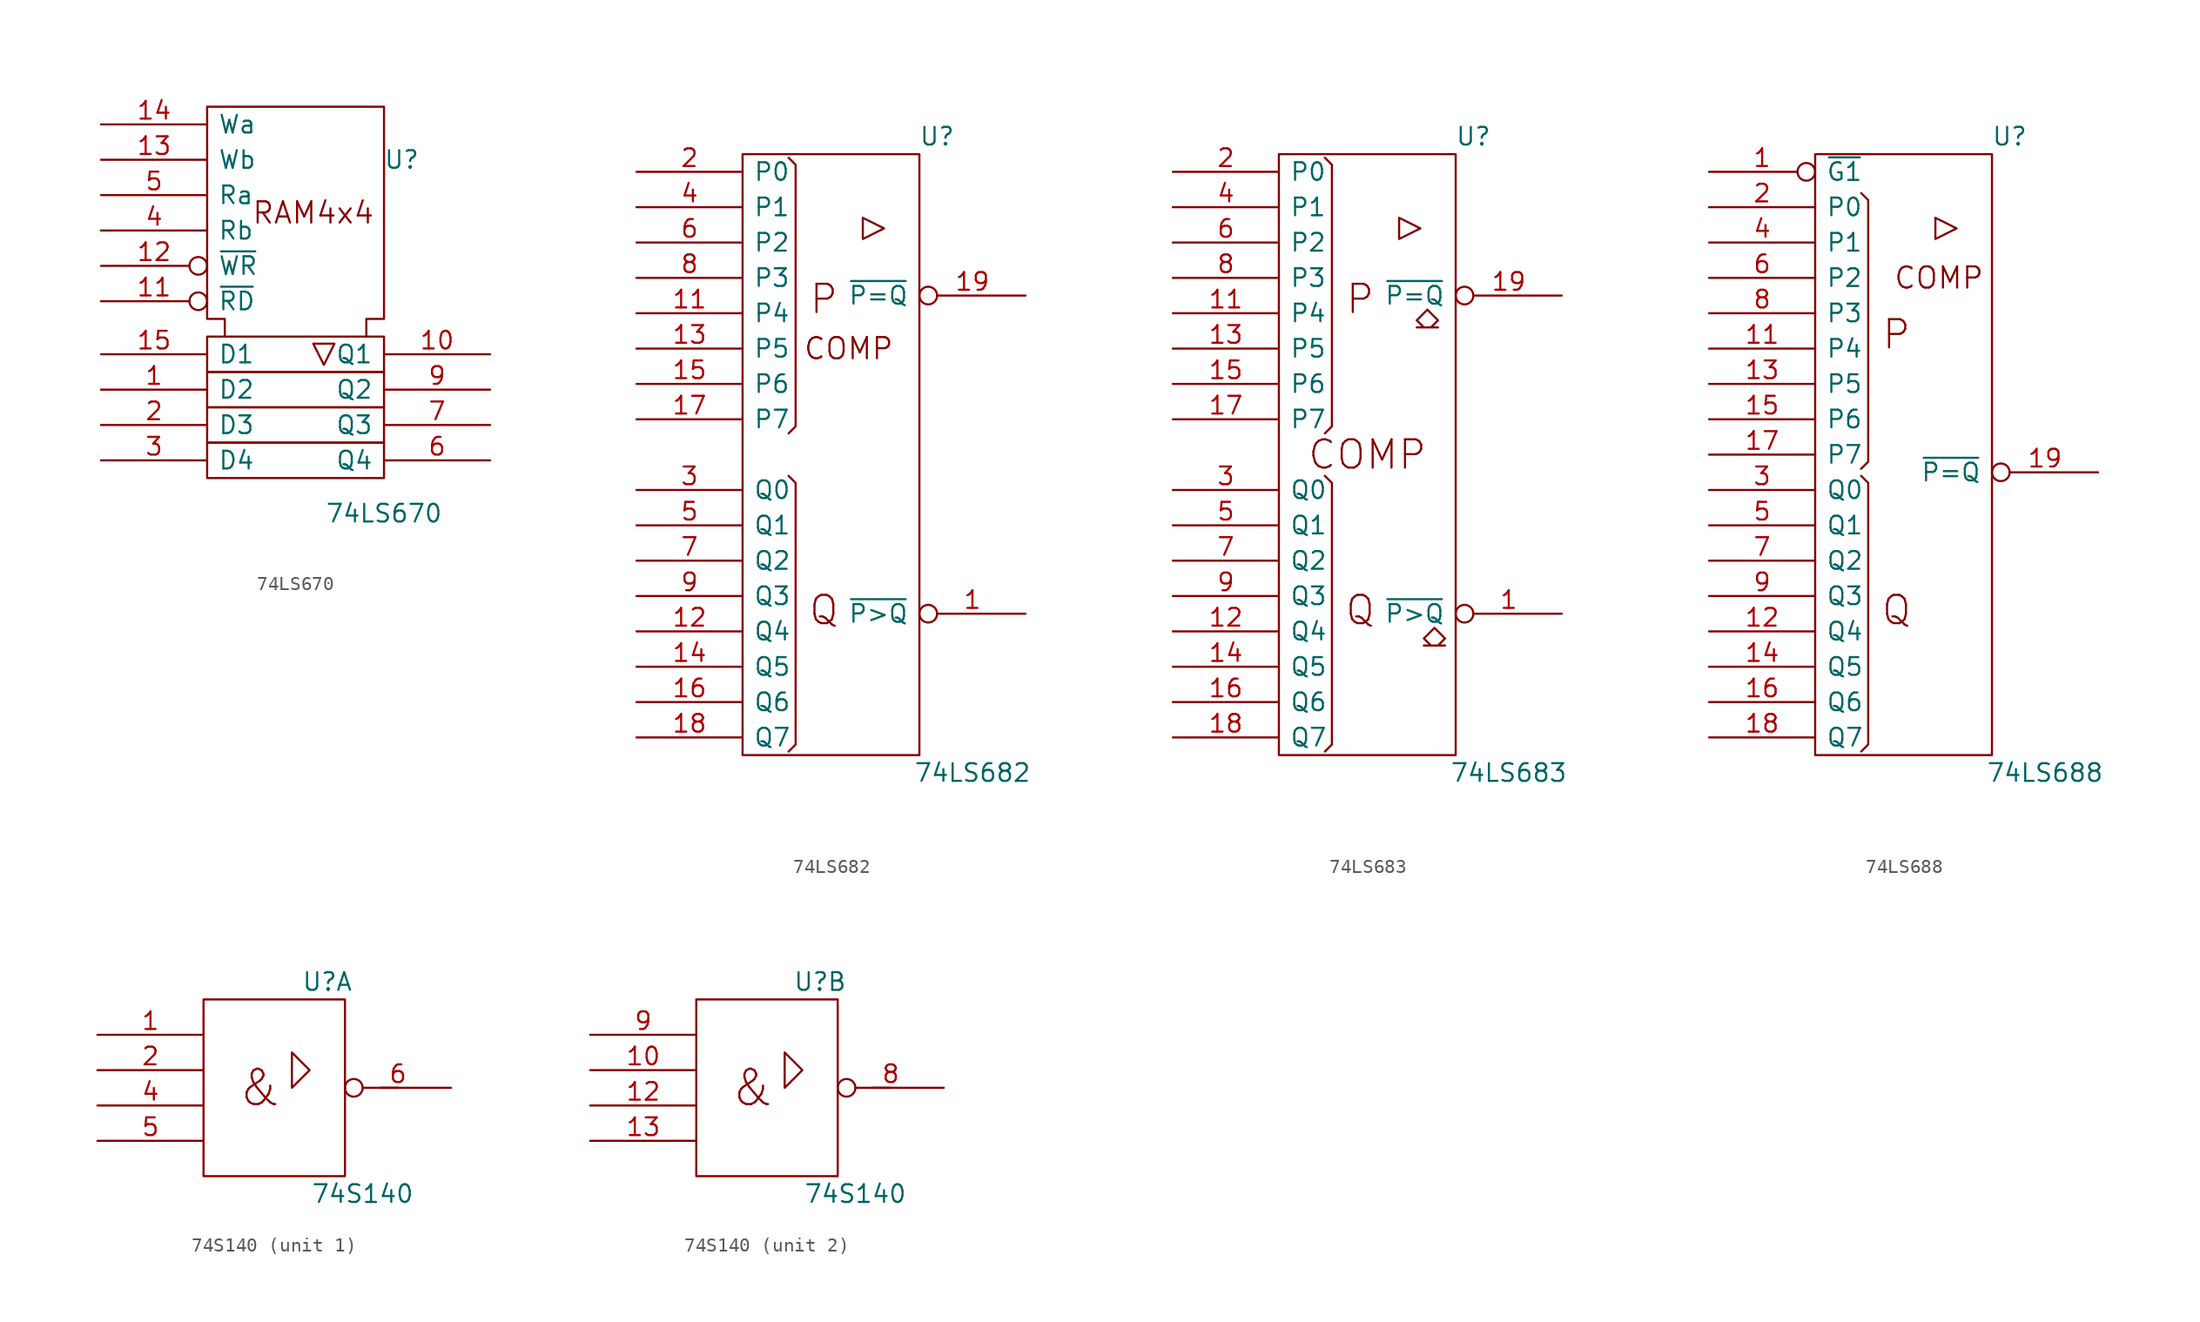
<source format=kicad_sym>
(kicad_symbol_lib
  (version 20201005)
  (generator kicad_symbol_editor)
  (symbol "74LS670"
    (pin_names
      (offset 0.762))
    (property "Reference" "U"
      (at 7.62 10.16 0)
      (effects (font (size 1.27 1.27))))
    (property "Value" "74LS670"
      (at 6.35 -15.24 0)
      (effects (font (size 1.27 1.27))))
    (symbol "74LS670_0_0"
      (text "RAM4x4" (at 1.27 6.35 0) (effects (font (size 1.524 1.524))))
      (rectangle (start -6.35 -10.16) (end 6.35 -12.7) (stroke (width 0)) (fill (type none)))
      (rectangle (start -6.35 -7.62) (end 6.35 -10.16) (stroke (width 0)) (fill (type none)))
      (rectangle (start -6.35 -5.08) (end 6.35 -7.62) (stroke (width 0)) (fill (type none)))
      (polyline (pts (xy -5.08 -2.54) (xy -5.08 -1.27) (xy -6.35 -1.27) (xy -6.35 13.97) (xy 6.35 13.97) (xy 6.35 -1.27) (xy 5.08 -1.27) (xy 5.08 -2.54) (xy 5.08 -2.54)) (stroke (width 0)) (fill (type none)))
      (polyline (pts (xy 2.794 -3.048) (xy 1.27 -3.048) (xy 2.032 -4.572) (xy 2.794 -3.048) (xy 2.794 -3.048)) (stroke (width 0)) (fill (type none)))
      (pin power_in line (at 0 13.97 270) (length 0) hide (name "GND" (effects (font (size 1.27 1.27)))) (number "8" (effects (font (size 1.27 1.27)))))
      (pin power_in line (at 3.81 13.97 270) (length 0) hide (name "VCC" (effects (font (size 1.27 1.27)))) (number "16" (effects (font (size 1.27 1.27))))))
    (symbol "74LS670_0_1"
      (rectangle (start -6.35 -2.54) (end 6.35 -5.08) (stroke (width 0)) (fill (type none))))
    (symbol "74LS670_1_1"
      (pin tri_state line (at 13.97 -11.43 180) (length 7.62) (name "Q4" (effects (font (size 1.27 1.27)))) (number "6" (effects (font (size 1.27 1.27)))))
      (pin tri_state line (at 13.97 -8.89 180) (length 7.62) (name "Q3" (effects (font (size 1.27 1.27)))) (number "7" (effects (font (size 1.27 1.27)))))
      (pin tri_state line (at 13.97 -6.35 180) (length 7.62) (name "Q2" (effects (font (size 1.27 1.27)))) (number "9" (effects (font (size 1.27 1.27)))))
      (pin tri_state line (at 13.97 -3.81 180) (length 7.62) (name "Q1" (effects (font (size 1.27 1.27)))) (number "10" (effects (font (size 1.27 1.27)))))
      (pin input line (at -13.97 -11.43 0) (length 7.62) (name "D4" (effects (font (size 1.27 1.27)))) (number "3" (effects (font (size 1.27 1.27)))))
      (pin input line (at -13.97 -8.89 0) (length 7.62) (name "D3" (effects (font (size 1.27 1.27)))) (number "2" (effects (font (size 1.27 1.27)))))
      (pin input line (at -13.97 -6.35 0) (length 7.62) (name "D2" (effects (font (size 1.27 1.27)))) (number "1" (effects (font (size 1.27 1.27)))))
      (pin input line (at -13.97 -3.81 0) (length 7.62) (name "D1" (effects (font (size 1.27 1.27)))) (number "15" (effects (font (size 1.27 1.27)))))
      (pin input inverted (at -13.97 0 0) (length 7.62) (name "~RD" (effects (font (size 1.27 1.27)))) (number "11" (effects (font (size 1.27 1.27)))))
      (pin input inverted (at -13.97 2.54 0) (length 7.62) (name "~WR" (effects (font (size 1.27 1.27)))) (number "12" (effects (font (size 1.27 1.27)))))
      (pin input line (at -13.97 5.08 0) (length 7.62) (name "Rb" (effects (font (size 1.27 1.27)))) (number "4" (effects (font (size 1.27 1.27)))))
      (pin input line (at -13.97 7.62 0) (length 7.62) (name "Ra" (effects (font (size 1.27 1.27)))) (number "5" (effects (font (size 1.27 1.27)))))
      (pin input line (at -13.97 10.16 0) (length 7.62) (name "Wb" (effects (font (size 1.27 1.27)))) (number "13" (effects (font (size 1.27 1.27)))))
      (pin input line (at -13.97 12.7 0) (length 7.62) (name "Wa" (effects (font (size 1.27 1.27)))) (number "14" (effects (font (size 1.27 1.27)))))))
  (symbol "74LS682"
    (pin_names
      (offset 0.762))
    (property "Reference" "U"
      (at 7.62 22.86 0)
      (effects (font (size 1.27 1.27))))
    (property "Value" "74LS682"
      (at 10.16 -22.86 0)
      (effects (font (size 1.27 1.27))))
    (symbol "74LS682_0_0"
      (text "P" (at -0.508 11.176 0) (effects (font (size 2.032 2.032))))
      (text "Q" (at -0.508 -11.176 0) (effects (font (size 2.032 2.032))))
      (text "COMP" (at 1.27 7.62 0) (effects (font (size 1.524 1.524))))
      (polyline (pts (xy 2.286 17.018) (xy 2.286 15.494) (xy 3.81 16.256) (xy 2.286 17.018) (xy 2.286 17.018)) (stroke (width 0)) (fill (type none))))
    (symbol "74LS682_0_1"
      (rectangle (start -6.35 21.59) (end 6.35 -21.59) (stroke (width 0)) (fill (type none)))
      (polyline (pts (xy -3.048 -1.524) (xy -2.54 -2.032) (xy -2.54 -20.828) (xy -3.048 -21.336) (xy -3.048 -21.336)) (stroke (width 0)) (fill (type none)))
      (polyline (pts (xy -3.048 21.336) (xy -2.54 20.828) (xy -2.54 2.032) (xy -3.048 1.524) (xy -3.048 1.524)) (stroke (width 0)) (fill (type none)))
      (pin power_in line (at 0 -21.59 90) (length 0) hide (name "Gnd" (effects (font (size 1.27 1.27)))) (number "10" (effects (font (size 1.27 1.27))))))
    (symbol "74LS682_1_1"
      (pin power_in line (at 0 21.59 270) (length 0) hide (name "Vcc" (effects (font (size 1.27 1.27)))) (number "20" (effects (font (size 1.27 1.27)))))
      (pin output inverted (at 13.97 -11.43 180) (length 7.62) (name "~P>Q" (effects (font (size 1.27 1.27)))) (number "1" (effects (font (size 1.27 1.27)))))
      (pin output inverted (at 13.97 11.43 180) (length 7.62) (name "~P=Q" (effects (font (size 1.27 1.27)))) (number "19" (effects (font (size 1.27 1.27)))))
      (pin input line (at -13.97 -20.32 0) (length 7.62) (name "Q7" (effects (font (size 1.27 1.27)))) (number "18" (effects (font (size 1.27 1.27)))))
      (pin input line (at -13.97 -17.78 0) (length 7.62) (name "Q6" (effects (font (size 1.27 1.27)))) (number "16" (effects (font (size 1.27 1.27)))))
      (pin input line (at -13.97 -15.24 0) (length 7.62) (name "Q5" (effects (font (size 1.27 1.27)))) (number "14" (effects (font (size 1.27 1.27)))))
      (pin input line (at -13.97 -12.7 0) (length 7.62) (name "Q4" (effects (font (size 1.27 1.27)))) (number "12" (effects (font (size 1.27 1.27)))))
      (pin input line (at -13.97 -10.16 0) (length 7.62) (name "Q3" (effects (font (size 1.27 1.27)))) (number "9" (effects (font (size 1.27 1.27)))))
      (pin input line (at -13.97 -7.62 0) (length 7.62) (name "Q2" (effects (font (size 1.27 1.27)))) (number "7" (effects (font (size 1.27 1.27)))))
      (pin input line (at -13.97 -5.08 0) (length 7.62) (name "Q1" (effects (font (size 1.27 1.27)))) (number "5" (effects (font (size 1.27 1.27)))))
      (pin input line (at -13.97 -2.54 0) (length 7.62) (name "Q0" (effects (font (size 1.27 1.27)))) (number "3" (effects (font (size 1.27 1.27)))))
      (pin input line (at -13.97 2.54 0) (length 7.62) (name "P7" (effects (font (size 1.27 1.27)))) (number "17" (effects (font (size 1.27 1.27)))))
      (pin input line (at -13.97 5.08 0) (length 7.62) (name "P6" (effects (font (size 1.27 1.27)))) (number "15" (effects (font (size 1.27 1.27)))))
      (pin input line (at -13.97 7.62 0) (length 7.62) (name "P5" (effects (font (size 1.27 1.27)))) (number "13" (effects (font (size 1.27 1.27)))))
      (pin input line (at -13.97 10.16 0) (length 7.62) (name "P4" (effects (font (size 1.27 1.27)))) (number "11" (effects (font (size 1.27 1.27)))))
      (pin input line (at -13.97 12.7 0) (length 7.62) (name "P3" (effects (font (size 1.27 1.27)))) (number "8" (effects (font (size 1.27 1.27)))))
      (pin input line (at -13.97 15.24 0) (length 7.62) (name "P2" (effects (font (size 1.27 1.27)))) (number "6" (effects (font (size 1.27 1.27)))))
      (pin input line (at -13.97 17.78 0) (length 7.62) (name "P1" (effects (font (size 1.27 1.27)))) (number "4" (effects (font (size 1.27 1.27)))))
      (pin input line (at -13.97 20.32 0) (length 7.62) (name "P0" (effects (font (size 1.27 1.27)))) (number "2" (effects (font (size 1.27 1.27)))))))
  (symbol "74LS683"
    (pin_names
      (offset 0.762))
    (property "Reference" "U"
      (at 7.62 22.86 0)
      (effects (font (size 1.27 1.27))))
    (property "Value" "74LS683"
      (at 10.16 -22.86 0)
      (effects (font (size 1.27 1.27))))
    (symbol "74LS683_0_0"
      (text "Q" (at -0.508 -11.176 0) (effects (font (size 2.032 2.032))))
      (text "P" (at -0.508 11.176 0) (effects (font (size 2.032 2.032))))
      (text "COMP" (at 0 0 0) (effects (font (size 2.032 2.032))))
      (polyline (pts (xy 4.826 -12.446) (xy 5.588 -13.208) (xy 5.08 -13.716) (xy 5.588 -13.716) (xy 4.064 -13.716) (xy 4.572 -13.716) (xy 4.064 -13.208) (xy 4.826 -12.446) (xy 4.826 -12.446)) (stroke (width 0)) (fill (type none)))
      (polyline (pts (xy 4.318 10.414) (xy 5.08 9.652) (xy 4.572 9.144) (xy 5.08 9.144) (xy 3.556 9.144) (xy 4.064 9.144) (xy 3.556 9.652) (xy 4.318 10.414) (xy 4.318 10.414)) (stroke (width 0)) (fill (type none)))
      (polyline (pts (xy 2.286 17.018) (xy 2.286 15.494) (xy 3.81 16.256) (xy 2.286 17.018) (xy 2.286 17.018)) (stroke (width 0)) (fill (type none))))
    (symbol "74LS683_0_1"
      (rectangle (start -6.35 21.59) (end 6.35 -21.59) (stroke (width 0)) (fill (type none)))
      (polyline (pts (xy -3.048 -1.524) (xy -2.54 -2.032) (xy -2.54 -20.828) (xy -3.048 -21.336) (xy -3.048 -21.336)) (stroke (width 0)) (fill (type none)))
      (polyline (pts (xy -3.048 21.336) (xy -2.54 20.828) (xy -2.54 2.032) (xy -3.048 1.524) (xy -3.048 1.524)) (stroke (width 0)) (fill (type none))))
    (symbol "74LS683_1_1"
      (pin power_in line (at 0 21.59 270) (length 0) hide (name "Vcc" (effects (font (size 1.27 1.27)))) (number "20" (effects (font (size 1.27 1.27)))))
      (pin output inverted (at 13.97 -11.43 180) (length 7.62) (name "~P>Q" (effects (font (size 1.27 1.27)))) (number "1" (effects (font (size 1.27 1.27)))))
      (pin output inverted (at 13.97 11.43 180) (length 7.62) (name "~P=Q" (effects (font (size 1.27 1.27)))) (number "19" (effects (font (size 1.27 1.27)))))
      (pin input line (at -13.97 -20.32 0) (length 7.62) (name "Q7" (effects (font (size 1.27 1.27)))) (number "18" (effects (font (size 1.27 1.27)))))
      (pin input line (at -13.97 -17.78 0) (length 7.62) (name "Q6" (effects (font (size 1.27 1.27)))) (number "16" (effects (font (size 1.27 1.27)))))
      (pin input line (at -13.97 -15.24 0) (length 7.62) (name "Q5" (effects (font (size 1.27 1.27)))) (number "14" (effects (font (size 1.27 1.27)))))
      (pin input line (at -13.97 -12.7 0) (length 7.62) (name "Q4" (effects (font (size 1.27 1.27)))) (number "12" (effects (font (size 1.27 1.27)))))
      (pin input line (at -13.97 -10.16 0) (length 7.62) (name "Q3" (effects (font (size 1.27 1.27)))) (number "9" (effects (font (size 1.27 1.27)))))
      (pin input line (at -13.97 -7.62 0) (length 7.62) (name "Q2" (effects (font (size 1.27 1.27)))) (number "7" (effects (font (size 1.27 1.27)))))
      (pin input line (at -13.97 -5.08 0) (length 7.62) (name "Q1" (effects (font (size 1.27 1.27)))) (number "5" (effects (font (size 1.27 1.27)))))
      (pin input line (at -13.97 -2.54 0) (length 7.62) (name "Q0" (effects (font (size 1.27 1.27)))) (number "3" (effects (font (size 1.27 1.27)))))
      (pin input line (at -13.97 2.54 0) (length 7.62) (name "P7" (effects (font (size 1.27 1.27)))) (number "17" (effects (font (size 1.27 1.27)))))
      (pin input line (at -13.97 5.08 0) (length 7.62) (name "P6" (effects (font (size 1.27 1.27)))) (number "15" (effects (font (size 1.27 1.27)))))
      (pin input line (at -13.97 7.62 0) (length 7.62) (name "P5" (effects (font (size 1.27 1.27)))) (number "13" (effects (font (size 1.27 1.27)))))
      (pin input line (at -13.97 10.16 0) (length 7.62) (name "P4" (effects (font (size 1.27 1.27)))) (number "11" (effects (font (size 1.27 1.27)))))
      (pin input line (at -13.97 12.7 0) (length 7.62) (name "P3" (effects (font (size 1.27 1.27)))) (number "8" (effects (font (size 1.27 1.27)))))
      (pin input line (at -13.97 15.24 0) (length 7.62) (name "P2" (effects (font (size 1.27 1.27)))) (number "6" (effects (font (size 1.27 1.27)))))
      (pin input line (at -13.97 17.78 0) (length 7.62) (name "P1" (effects (font (size 1.27 1.27)))) (number "4" (effects (font (size 1.27 1.27)))))
      (pin input line (at -13.97 20.32 0) (length 7.62) (name "P0" (effects (font (size 1.27 1.27)))) (number "2" (effects (font (size 1.27 1.27)))))
      (pin power_in line (at 0 -21.59 90) (length 0) hide (name "Gnd" (effects (font (size 1.27 1.27)))) (number "10" (effects (font (size 1.27 1.27)))))))
  (symbol "74LS688"
    (pin_names
      (offset 0.762))
    (property "Reference" "U"
      (at 7.62 22.86 0)
      (effects (font (size 1.27 1.27))))
    (property "Value" "74LS688"
      (at 10.16 -22.86 0)
      (effects (font (size 1.27 1.27))))
    (symbol "74LS688_0_0"
      (text "P" (at -0.508 8.636 0) (effects (font (size 2.032 2.032))))
      (text "Q" (at -0.508 -11.176 0) (effects (font (size 2.032 2.032))))
      (text "COMP" (at 2.54 12.7 0) (effects (font (size 1.524 1.524))))
      (polyline (pts (xy 2.286 17.018) (xy 2.286 15.494) (xy 3.81 16.256) (xy 2.286 17.018) (xy 2.286 17.018)) (stroke (width 0)) (fill (type none))))
    (symbol "74LS688_0_1"
      (rectangle (start -6.35 21.59) (end 6.35 -21.59) (stroke (width 0)) (fill (type none)))
      (polyline (pts (xy -3.048 -1.524) (xy -2.54 -2.032) (xy -2.54 -20.828) (xy -3.048 -21.336) (xy -3.048 -21.336)) (stroke (width 0)) (fill (type none)))
      (polyline (pts (xy -3.048 18.796) (xy -2.54 18.288) (xy -2.54 -0.508) (xy -3.048 -1.016) (xy -3.048 -1.016)) (stroke (width 0)) (fill (type none))))
    (symbol "74LS688_1_1"
      (pin power_in line (at 0 21.59 270) (length 0) hide (name "Vcc" (effects (font (size 1.27 1.27)))) (number "20" (effects (font (size 1.27 1.27)))))
      (pin output inverted (at 13.97 -1.27 180) (length 7.62) (name "~P=Q" (effects (font (size 1.27 1.27)))) (number "19" (effects (font (size 1.27 1.27)))))
      (pin input line (at -13.97 -20.32 0) (length 7.62) (name "Q7" (effects (font (size 1.27 1.27)))) (number "18" (effects (font (size 1.27 1.27)))))
      (pin input line (at -13.97 -17.78 0) (length 7.62) (name "Q6" (effects (font (size 1.27 1.27)))) (number "16" (effects (font (size 1.27 1.27)))))
      (pin input line (at -13.97 -15.24 0) (length 7.62) (name "Q5" (effects (font (size 1.27 1.27)))) (number "14" (effects (font (size 1.27 1.27)))))
      (pin input line (at -13.97 -12.7 0) (length 7.62) (name "Q4" (effects (font (size 1.27 1.27)))) (number "12" (effects (font (size 1.27 1.27)))))
      (pin input line (at -13.97 -10.16 0) (length 7.62) (name "Q3" (effects (font (size 1.27 1.27)))) (number "9" (effects (font (size 1.27 1.27)))))
      (pin input line (at -13.97 -7.62 0) (length 7.62) (name "Q2" (effects (font (size 1.27 1.27)))) (number "7" (effects (font (size 1.27 1.27)))))
      (pin input line (at -13.97 -5.08 0) (length 7.62) (name "Q1" (effects (font (size 1.27 1.27)))) (number "5" (effects (font (size 1.27 1.27)))))
      (pin input line (at -13.97 -2.54 0) (length 7.62) (name "Q0" (effects (font (size 1.27 1.27)))) (number "3" (effects (font (size 1.27 1.27)))))
      (pin input line (at -13.97 0 0) (length 7.62) (name "P7" (effects (font (size 1.27 1.27)))) (number "17" (effects (font (size 1.27 1.27)))))
      (pin input line (at -13.97 2.54 0) (length 7.62) (name "P6" (effects (font (size 1.27 1.27)))) (number "15" (effects (font (size 1.27 1.27)))))
      (pin input line (at -13.97 5.08 0) (length 7.62) (name "P5" (effects (font (size 1.27 1.27)))) (number "13" (effects (font (size 1.27 1.27)))))
      (pin input line (at -13.97 7.62 0) (length 7.62) (name "P4" (effects (font (size 1.27 1.27)))) (number "11" (effects (font (size 1.27 1.27)))))
      (pin input line (at -13.97 10.16 0) (length 7.62) (name "P3" (effects (font (size 1.27 1.27)))) (number "8" (effects (font (size 1.27 1.27)))))
      (pin input line (at -13.97 12.7 0) (length 7.62) (name "P2" (effects (font (size 1.27 1.27)))) (number "6" (effects (font (size 1.27 1.27)))))
      (pin input line (at -13.97 15.24 0) (length 7.62) (name "P1" (effects (font (size 1.27 1.27)))) (number "4" (effects (font (size 1.27 1.27)))))
      (pin input line (at -13.97 17.78 0) (length 7.62) (name "P0" (effects (font (size 1.27 1.27)))) (number "2" (effects (font (size 1.27 1.27)))))
      (pin output inverted (at -13.97 20.32 0) (length 7.62) (name "~G1" (effects (font (size 1.27 1.27)))) (number "1" (effects (font (size 1.27 1.27)))))
      (pin power_in line (at 0 -21.59 90) (length 0) hide (name "Gnd" (effects (font (size 1.27 1.27)))) (number "10" (effects (font (size 1.27 1.27)))))))
  (symbol "74S140"
    (pin_names
      (offset 0.762))
    (property "Reference" "U"
      (at 3.81 7.62 0)
      (effects (font (size 1.27 1.27))))
    (property "Value" "74S140"
      (at 6.35 -7.62 0)
      (effects (font (size 1.27 1.27))))
    (symbol "74S140_0_0"
      (text "&" (at -1.016 0 0) (effects (font (size 2.54 2.54))))
      (rectangle (start -5.08 6.35) (end 5.08 -6.35) (stroke (width 0)) (fill (type none)))
      (polyline (pts (xy 1.27 0) (xy 1.27 2.54) (xy 2.54 1.27) (xy 1.27 0) (xy 1.27 0)) (stroke (width 0)) (fill (type none))))
    (symbol "74S140_0_1"
      (rectangle (start 8.89 0) (end 7.62 0) (stroke (width 0)) (fill (type none)))
      (pin power_in line (at 0 6.35 270) (length 0) hide (name "Vcc" (effects (font (size 1.27 1.27)))) (number "14" (effects (font (size 1.27 1.27)))))
      (pin power_in line (at 0 -6.35 90) (length 0) hide (name "Gnd" (effects (font (size 1.27 1.27)))) (number "7" (effects (font (size 1.27 1.27))))))
    (symbol "74S140_1_1"
      (pin output inverted (at 12.7 0 180) (length 7.62) (name "~" (effects (font (size 1.27 1.27)))) (number "6" (effects (font (size 1.27 1.27)))))
      (pin input line (at -12.7 -3.81 0) (length 7.62) (name "~" (effects (font (size 1.27 1.27)))) (number "5" (effects (font (size 1.27 1.27)))))
      (pin input line (at -12.7 -1.27 0) (length 7.62) (name "~" (effects (font (size 1.27 1.27)))) (number "4" (effects (font (size 1.27 1.27)))))
      (pin input line (at -12.7 1.27 0) (length 7.62) (name "~" (effects (font (size 1.27 1.27)))) (number "2" (effects (font (size 1.27 1.27)))))
      (pin input line (at -12.7 3.81 0) (length 7.62) (name "~" (effects (font (size 1.27 1.27)))) (number "1" (effects (font (size 1.27 1.27))))))
    (symbol "74S140_2_1"
      (pin output inverted (at 12.7 0 180) (length 7.62) (name "~" (effects (font (size 1.27 1.27)))) (number "8" (effects (font (size 1.27 1.27)))))
      (pin input line (at -12.7 -3.81 0) (length 7.62) (name "~" (effects (font (size 1.27 1.27)))) (number "13" (effects (font (size 1.27 1.27)))))
      (pin input line (at -12.7 -1.27 0) (length 7.62) (name "~" (effects (font (size 1.27 1.27)))) (number "12" (effects (font (size 1.27 1.27)))))
      (pin input line (at -12.7 1.27 0) (length 7.62) (name "~" (effects (font (size 1.27 1.27)))) (number "10" (effects (font (size 1.27 1.27)))))
      (pin input line (at -12.7 3.81 0) (length 7.62) (name "~" (effects (font (size 1.27 1.27)))) (number "9" (effects (font (size 1.27 1.27))))))))
</source>
